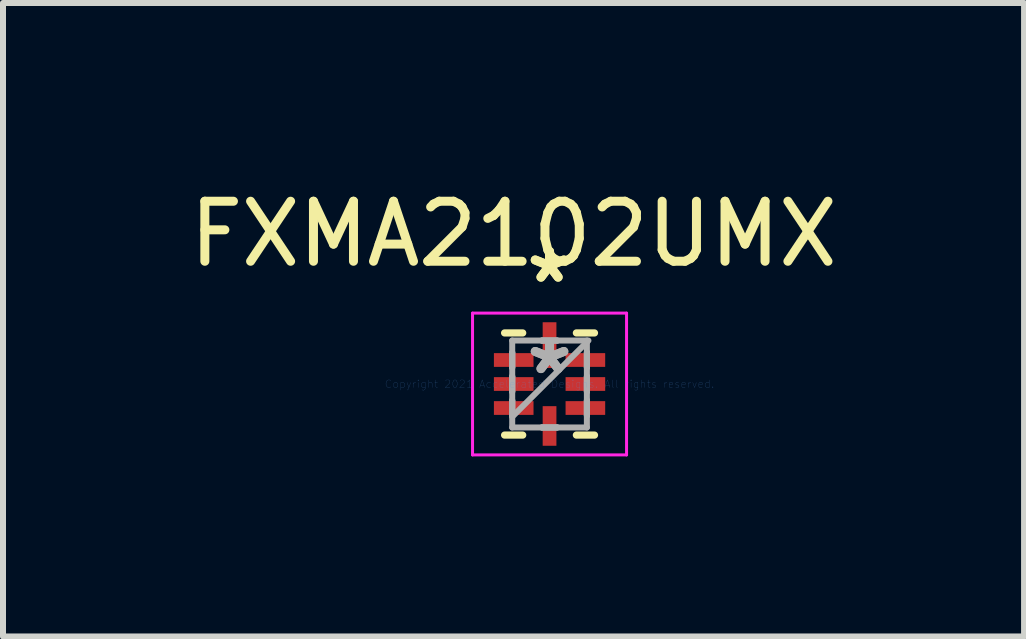
<source format=kicad_pcb>
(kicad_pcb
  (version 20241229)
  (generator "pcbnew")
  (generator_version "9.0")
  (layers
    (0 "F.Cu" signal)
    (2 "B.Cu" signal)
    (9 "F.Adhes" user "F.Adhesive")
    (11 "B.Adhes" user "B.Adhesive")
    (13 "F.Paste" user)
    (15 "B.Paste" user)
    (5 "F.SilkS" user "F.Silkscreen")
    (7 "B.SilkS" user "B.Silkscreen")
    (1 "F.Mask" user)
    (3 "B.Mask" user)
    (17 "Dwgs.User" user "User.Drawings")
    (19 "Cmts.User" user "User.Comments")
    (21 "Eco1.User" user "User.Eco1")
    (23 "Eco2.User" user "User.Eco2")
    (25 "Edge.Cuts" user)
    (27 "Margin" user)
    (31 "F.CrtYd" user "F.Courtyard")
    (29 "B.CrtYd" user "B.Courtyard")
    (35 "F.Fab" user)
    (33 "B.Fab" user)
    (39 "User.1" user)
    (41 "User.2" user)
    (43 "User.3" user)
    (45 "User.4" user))
  (footprint "FXMA2102UMX"
    (layer "F.Cu")
    (at 6.106 3.348)
    (property "Reference" "FXMA2102UMX" (at -0.6 -2.5 0) (layer "F.SilkS") (effects (font (size 1 1) (thickness 0.15))))
    (attr through_hole)
    (fp_line (start -0.749 0.851) (end -0.447 0.851) (stroke (width 0.12) (type solid)) (layer "F.SilkS"))
    (fp_line (start -0.447 -0.851) (end -0.749 -0.851) (stroke (width 0.12) (type solid)) (layer "F.SilkS"))
    (fp_line (start 0.447 0.851) (end 0.749 0.851) (stroke (width 0.12) (type solid)) (layer "F.SilkS"))
    (fp_line (start 0.749 -0.851) (end 0.447 -0.851) (stroke (width 0.12) (type solid)) (layer "F.SilkS"))
    (fp_line (start -1.283 -1.181) (end 1.283 -1.181) (stroke (width 0.05) (type solid)) (layer "F.CrtYd"))
    (fp_line (start -1.283 1.181) (end -1.283 -1.181) (stroke (width 0.05) (type solid)) (layer "F.CrtYd"))
    (fp_line (start 1.283 -1.181) (end 1.283 1.181) (stroke (width 0.05) (type solid)) (layer "F.CrtYd"))
    (fp_line (start 1.283 1.181) (end -1.283 1.181) (stroke (width 0.05) (type solid)) (layer "F.CrtYd"))
    (fp_line (start -0.622 -0.724) (end -0.622 0.724) (stroke (width 0.1) (type solid)) (layer "F.Fab"))
    (fp_line (start -0.622 -0.527) (end -0.622 -0.527) (stroke (width 0.1) (type solid)) (layer "F.Fab"))
    (fp_line (start -0.622 -0.527) (end -0.622 -0.273) (stroke (width 0.1) (type solid)) (layer "F.Fab"))
    (fp_line (start -0.622 -0.273) (end -0.622 -0.527) (stroke (width 0.1) (type solid)) (layer "F.Fab"))
    (fp_line (start -0.622 -0.273) (end -0.622 -0.273) (stroke (width 0.1) (type solid)) (layer "F.Fab"))
    (fp_line (start -0.622 -0.127) (end -0.622 -0.127) (stroke (width 0.1) (type solid)) (layer "F.Fab"))
    (fp_line (start -0.622 -0.127) (end -0.622 0.127) (stroke (width 0.1) (type solid)) (layer "F.Fab"))
    (fp_line (start -0.622 0.127) (end -0.622 -0.127) (stroke (width 0.1) (type solid)) (layer "F.Fab"))
    (fp_line (start -0.622 0.127) (end -0.622 0.127) (stroke (width 0.1) (type solid)) (layer "F.Fab"))
    (fp_line (start -0.622 0.273) (end -0.622 0.273) (stroke (width 0.1) (type solid)) (layer "F.Fab"))
    (fp_line (start -0.622 0.273) (end -0.622 0.527) (stroke (width 0.1) (type solid)) (layer "F.Fab"))
    (fp_line (start -0.622 0.527) (end -0.622 0.273) (stroke (width 0.1) (type solid)) (layer "F.Fab"))
    (fp_line (start -0.622 0.527) (end -0.622 0.527) (stroke (width 0.1) (type solid)) (layer "F.Fab"))
    (fp_line (start -0.622 0.546) (end 0.648 -0.724) (stroke (width 0.1) (type solid)) (layer "F.Fab"))
    (fp_line (start -0.622 0.724) (end 0.622 0.724) (stroke (width 0.1) (type solid)) (layer "F.Fab"))
    (fp_line (start -0.127 -0.724) (end -0.127 -0.724) (stroke (width 0.1) (type solid)) (layer "F.Fab"))
    (fp_line (start -0.127 -0.724) (end 0.127 -0.724) (stroke (width 0.1) (type solid)) (layer "F.Fab"))
    (fp_line (start -0.127 0.724) (end -0.127 0.724) (stroke (width 0.1) (type solid)) (layer "F.Fab"))
    (fp_line (start -0.127 0.724) (end 0.127 0.724) (stroke (width 0.1) (type solid)) (layer "F.Fab"))
    (fp_line (start 0.127 -0.724) (end -0.127 -0.724) (stroke (width 0.1) (type solid)) (layer "F.Fab"))
    (fp_line (start 0.127 -0.724) (end 0.127 -0.724) (stroke (width 0.1) (type solid)) (layer "F.Fab"))
    (fp_line (start 0.127 0.724) (end -0.127 0.724) (stroke (width 0.1) (type solid)) (layer "F.Fab"))
    (fp_line (start 0.127 0.724) (end 0.127 0.724) (stroke (width 0.1) (type solid)) (layer "F.Fab"))
    (fp_line (start 0.622 -0.724) (end -0.622 -0.724) (stroke (width 0.1) (type solid)) (layer "F.Fab"))
    (fp_line (start 0.622 -0.527) (end 0.622 -0.527) (stroke (width 0.1) (type solid)) (layer "F.Fab"))
    (fp_line (start 0.622 -0.527) (end 0.622 -0.273) (stroke (width 0.1) (type solid)) (layer "F.Fab"))
    (fp_line (start 0.622 -0.273) (end 0.622 -0.527) (stroke (width 0.1) (type solid)) (layer "F.Fab"))
    (fp_line (start 0.622 -0.273) (end 0.622 -0.273) (stroke (width 0.1) (type solid)) (layer "F.Fab"))
    (fp_line (start 0.622 -0.127) (end 0.622 -0.127) (stroke (width 0.1) (type solid)) (layer "F.Fab"))
    (fp_line (start 0.622 -0.127) (end 0.622 0.127) (stroke (width 0.1) (type solid)) (layer "F.Fab"))
    (fp_line (start 0.622 0.127) (end 0.622 -0.127) (stroke (width 0.1) (type solid)) (layer "F.Fab"))
    (fp_line (start 0.622 0.127) (end 0.622 0.127) (stroke (width 0.1) (type solid)) (layer "F.Fab"))
    (fp_line (start 0.622 0.273) (end 0.622 0.273) (stroke (width 0.1) (type solid)) (layer "F.Fab"))
    (fp_line (start 0.622 0.273) (end 0.622 0.527) (stroke (width 0.1) (type solid)) (layer "F.Fab"))
    (fp_line (start 0.622 0.527) (end 0.622 0.273) (stroke (width 0.1) (type solid)) (layer "F.Fab"))
    (fp_line (start 0.622 0.527) (end 0.622 0.527) (stroke (width 0.1) (type solid)) (layer "F.Fab"))
    (fp_line (start 0.622 0.724) (end 0.622 -0.724) (stroke (width 0.1) (type solid)) (layer "F.Fab"))
    (fp_text user "*" (at 0 -1.664 0) (layer "F.SilkS") (effects (font (size 1 1) (thickness 0.15))))
    (fp_text user "*" (at 0 -1.664 0) (layer "F.SilkS") (effects (font (size 1 1) (thickness 0.15))))
    (fp_text user "Copyright 2021 Accelerated Designs. All rights reserved." (at 0 0 0) (layer "Cmts.User") (effects (font (size 0.127 0.127) (thickness 0.002))))
    (fp_text user "*" (at 0 -0.14 0) (layer "F.Fab") (effects (font (size 1 1) (thickness 0.15))))
    (fp_text user "*" (at 0 -0.14 0) (layer "F.Fab") (effects (font (size 1 1) (thickness 0.15))))
    (pad "1" smd rect (at 0 -0.648) (size 0.229 0.762) (layers "F.Cu" "F.Mask" "F.Paste"))
    (pad "2" smd rect (at -0.597 -0.4 90) (size 0.229 0.66) (layers "F.Cu" "F.Mask" "F.Paste"))
    (pad "3" smd rect (at -0.597 0 90) (size 0.229 0.66) (layers "F.Cu" "F.Mask" "F.Paste"))
    (pad "4" smd rect (at -0.597 0.4 90) (size 0.229 0.66) (layers "F.Cu" "F.Mask" "F.Paste"))
    (pad "5" smd rect (at 0 0.699) (size 0.229 0.66) (layers "F.Cu" "F.Mask" "F.Paste"))
    (pad "6" smd rect (at 0.597 0.4 90) (size 0.229 0.66) (layers "F.Cu" "F.Mask" "F.Paste"))
    (pad "7" smd rect (at 0.597 0 90) (size 0.229 0.66) (layers "F.Cu" "F.Mask" "F.Paste"))
    (pad "8" smd rect (at 0.597 -0.4 90) (size 0.229 0.66) (layers "F.Cu" "F.Mask" "F.Paste")))
  (gr_rect
    (start -3 -3)
    (end 14.012 7.554)
    (stroke (width 0.1) (type default))
    (fill no)
    (layer "Edge.Cuts")))
</source>
